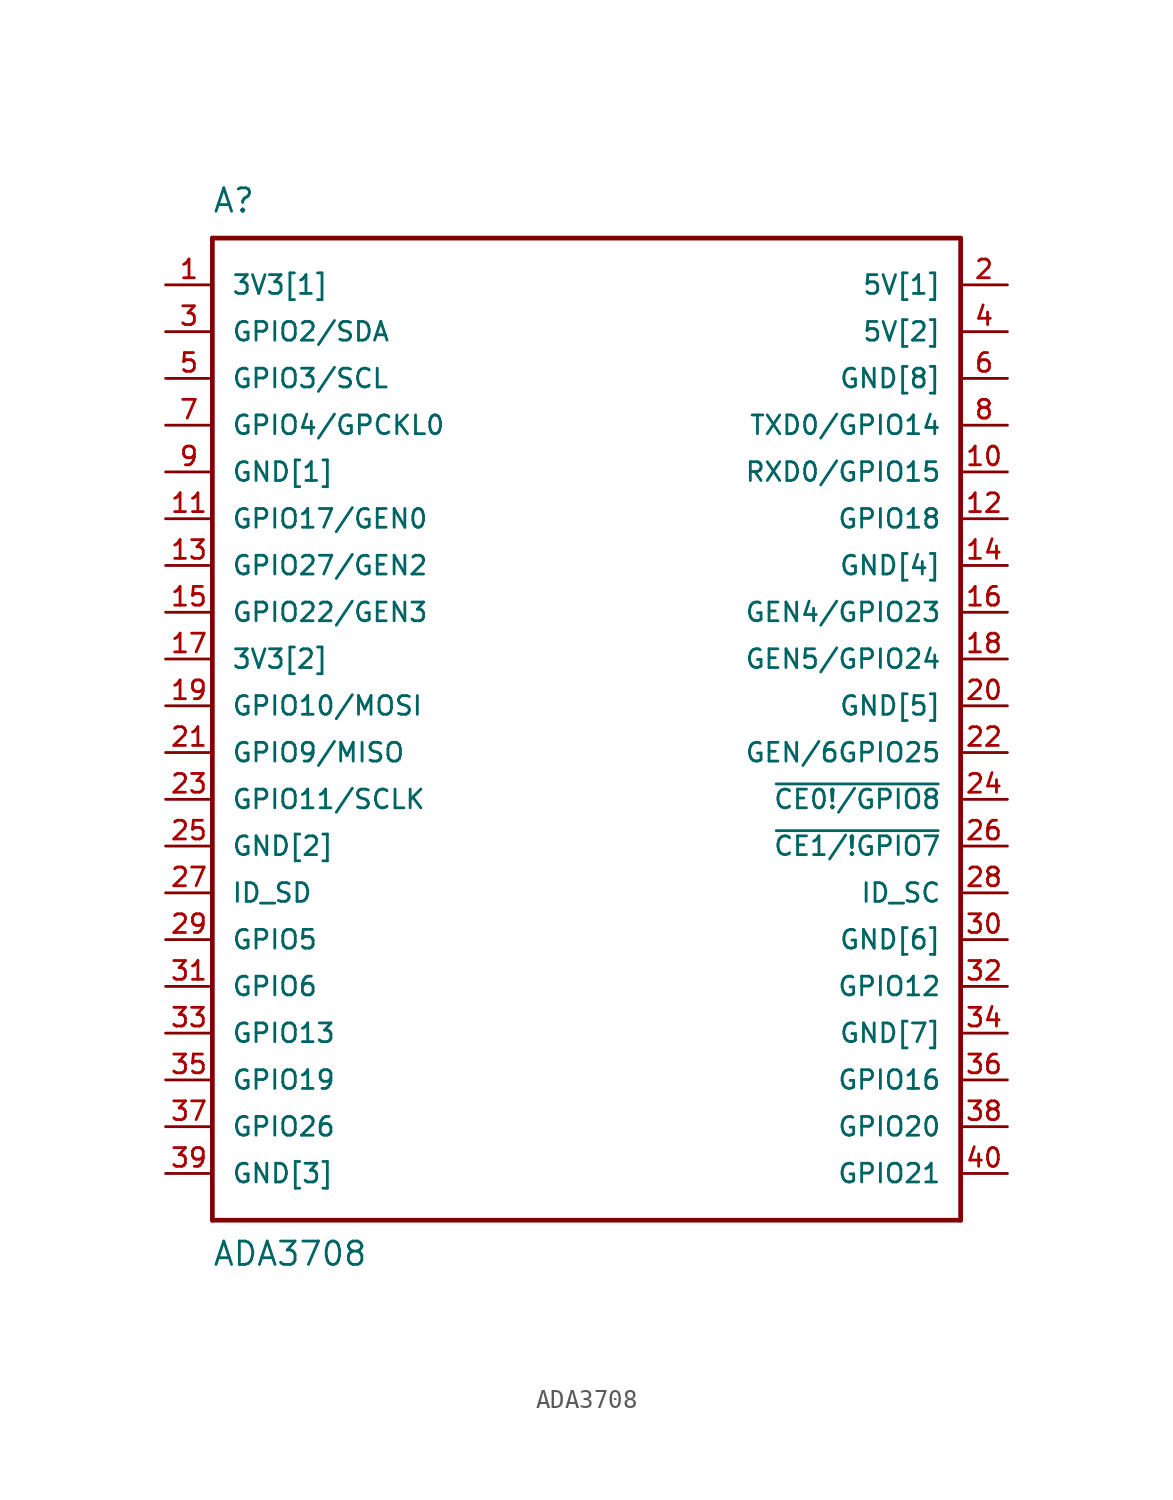
<source format=kicad_sym>
(kicad_symbol_lib
  (version 20241209)
  (generator "kicad_symbol_editor")
  (generator_version "9.0")
  (symbol "ADA3708"
    (pin_names
      (offset 1.016))
    (property "Reference" "A"
      (at -20.345 26.695 0)
      (effects (font (size 1.27 1.27)) (justify left bottom)))
    (property "Value" "ADA3708"
      (at -20.345 -30.505 0)
      (effects (font (size 1.27 1.27)) (justify left bottom)))
    (symbol "ADA3708_0_0"
      (polyline (pts (xy -20.32 25.4) (xy 20.32 25.4)) (stroke (width 0.254) (type solid)) (fill (type none)))
      (polyline (pts (xy -20.32 -27.94) (xy -20.32 25.4)) (stroke (width 0.254) (type solid)) (fill (type none)))
      (polyline (pts (xy 20.32 25.4) (xy 20.32 -27.94)) (stroke (width 0.254) (type solid)) (fill (type none)))
      (polyline (pts (xy 20.32 -27.94) (xy -20.32 -27.94)) (stroke (width 0.254) (type solid)) (fill (type none)))
      (pin power_in line (at -22.86 22.86 0) (length 2.54) (name "3V3[1]" (effects (font (size 1.016 1.016)))) (number "1" (effects (font (size 1.016 1.016)))))
      (pin bidirectional line (at -22.86 20.32 0) (length 2.54) (name "GPIO2/SDA" (effects (font (size 1.016 1.016)))) (number "3" (effects (font (size 1.016 1.016)))))
      (pin bidirectional line (at -22.86 17.78 0) (length 2.54) (name "GPIO3/SCL" (effects (font (size 1.016 1.016)))) (number "5" (effects (font (size 1.016 1.016)))))
      (pin bidirectional line (at -22.86 15.24 0) (length 2.54) (name "GPIO4/GPCKL0" (effects (font (size 1.016 1.016)))) (number "7" (effects (font (size 1.016 1.016)))))
      (pin power_in line (at -22.86 12.7 0) (length 2.54) (name "GND[1]" (effects (font (size 1.016 1.016)))) (number "9" (effects (font (size 1.016 1.016)))))
      (pin bidirectional line (at -22.86 10.16 0) (length 2.54) (name "GPIO17/GEN0" (effects (font (size 1.016 1.016)))) (number "11" (effects (font (size 1.016 1.016)))))
      (pin bidirectional line (at -22.86 7.62 0) (length 2.54) (name "GPIO27/GEN2" (effects (font (size 1.016 1.016)))) (number "13" (effects (font (size 1.016 1.016)))))
      (pin bidirectional line (at -22.86 5.08 0) (length 2.54) (name "GPIO22/GEN3" (effects (font (size 1.016 1.016)))) (number "15" (effects (font (size 1.016 1.016)))))
      (pin power_in line (at -22.86 2.54 0) (length 2.54) (name "3V3[2]" (effects (font (size 1.016 1.016)))) (number "17" (effects (font (size 1.016 1.016)))))
      (pin bidirectional line (at -22.86 0 0) (length 2.54) (name "GPIO10/MOSI" (effects (font (size 1.016 1.016)))) (number "19" (effects (font (size 1.016 1.016)))))
      (pin bidirectional line (at -22.86 -2.54 0) (length 2.54) (name "GPIO9/MISO" (effects (font (size 1.016 1.016)))) (number "21" (effects (font (size 1.016 1.016)))))
      (pin bidirectional line (at -22.86 -5.08 0) (length 2.54) (name "GPIO11/SCLK" (effects (font (size 1.016 1.016)))) (number "23" (effects (font (size 1.016 1.016)))))
      (pin power_in line (at -22.86 -7.62 0) (length 2.54) (name "GND[2]" (effects (font (size 1.016 1.016)))) (number "25" (effects (font (size 1.016 1.016)))))
      (pin bidirectional line (at -22.86 -10.16 0) (length 2.54) (name "ID_SD" (effects (font (size 1.016 1.016)))) (number "27" (effects (font (size 1.016 1.016)))))
      (pin bidirectional line (at -22.86 -12.7 0) (length 2.54) (name "GPIO5" (effects (font (size 1.016 1.016)))) (number "29" (effects (font (size 1.016 1.016)))))
      (pin bidirectional line (at -22.86 -15.24 0) (length 2.54) (name "GPIO6" (effects (font (size 1.016 1.016)))) (number "31" (effects (font (size 1.016 1.016)))))
      (pin bidirectional line (at -22.86 -17.78 0) (length 2.54) (name "GPIO13" (effects (font (size 1.016 1.016)))) (number "33" (effects (font (size 1.016 1.016)))))
      (pin bidirectional line (at -22.86 -20.32 0) (length 2.54) (name "GPIO19" (effects (font (size 1.016 1.016)))) (number "35" (effects (font (size 1.016 1.016)))))
      (pin bidirectional line (at -22.86 -22.86 0) (length 2.54) (name "GPIO26" (effects (font (size 1.016 1.016)))) (number "37" (effects (font (size 1.016 1.016)))))
      (pin power_in line (at -22.86 -25.4 0) (length 2.54) (name "GND[3]" (effects (font (size 1.016 1.016)))) (number "39" (effects (font (size 1.016 1.016)))))
      (pin power_in line (at 22.86 22.86 180) (length 2.54) (name "5V[1]" (effects (font (size 1.016 1.016)))) (number "2" (effects (font (size 1.016 1.016)))))
      (pin power_in line (at 22.86 20.32 180) (length 2.54) (name "5V[2]" (effects (font (size 1.016 1.016)))) (number "4" (effects (font (size 1.016 1.016)))))
      (pin power_in line (at 22.86 17.78 180) (length 2.54) (name "GND[8]" (effects (font (size 1.016 1.016)))) (number "6" (effects (font (size 1.016 1.016)))))
      (pin bidirectional line (at 22.86 15.24 180) (length 2.54) (name "TXD0/GPIO14" (effects (font (size 1.016 1.016)))) (number "8" (effects (font (size 1.016 1.016)))))
      (pin bidirectional line (at 22.86 12.7 180) (length 2.54) (name "RXD0/GPIO15" (effects (font (size 1.016 1.016)))) (number "10" (effects (font (size 1.016 1.016)))))
      (pin bidirectional line (at 22.86 10.16 180) (length 2.54) (name "GPIO18" (effects (font (size 1.016 1.016)))) (number "12" (effects (font (size 1.016 1.016)))))
      (pin power_in line (at 22.86 7.62 180) (length 2.54) (name "GND[4]" (effects (font (size 1.016 1.016)))) (number "14" (effects (font (size 1.016 1.016)))))
      (pin bidirectional line (at 22.86 5.08 180) (length 2.54) (name "GEN4/GPIO23" (effects (font (size 1.016 1.016)))) (number "16" (effects (font (size 1.016 1.016)))))
      (pin bidirectional line (at 22.86 2.54 180) (length 2.54) (name "GEN5/GPIO24" (effects (font (size 1.016 1.016)))) (number "18" (effects (font (size 1.016 1.016)))))
      (pin power_in line (at 22.86 0 180) (length 2.54) (name "GND[5]" (effects (font (size 1.016 1.016)))) (number "20" (effects (font (size 1.016 1.016)))))
      (pin bidirectional line (at 22.86 -2.54 180) (length 2.54) (name "GEN/6GPIO25" (effects (font (size 1.016 1.016)))) (number "22" (effects (font (size 1.016 1.016)))))
      (pin bidirectional line (at 22.86 -5.08 180) (length 2.54) (name "~{CE0!/GPIO8}" (effects (font (size 1.016 1.016)))) (number "24" (effects (font (size 1.016 1.016)))))
      (pin bidirectional line (at 22.86 -7.62 180) (length 2.54) (name "~{CE1/!GPIO7}" (effects (font (size 1.016 1.016)))) (number "26" (effects (font (size 1.016 1.016)))))
      (pin bidirectional line (at 22.86 -10.16 180) (length 2.54) (name "ID_SC" (effects (font (size 1.016 1.016)))) (number "28" (effects (font (size 1.016 1.016)))))
      (pin power_in line (at 22.86 -12.7 180) (length 2.54) (name "GND[6]" (effects (font (size 1.016 1.016)))) (number "30" (effects (font (size 1.016 1.016)))))
      (pin bidirectional line (at 22.86 -15.24 180) (length 2.54) (name "GPIO12" (effects (font (size 1.016 1.016)))) (number "32" (effects (font (size 1.016 1.016)))))
      (pin power_in line (at 22.86 -17.78 180) (length 2.54) (name "GND[7]" (effects (font (size 1.016 1.016)))) (number "34" (effects (font (size 1.016 1.016)))))
      (pin bidirectional line (at 22.86 -20.32 180) (length 2.54) (name "GPIO16" (effects (font (size 1.016 1.016)))) (number "36" (effects (font (size 1.016 1.016)))))
      (pin bidirectional line (at 22.86 -22.86 180) (length 2.54) (name "GPIO20" (effects (font (size 1.016 1.016)))) (number "38" (effects (font (size 1.016 1.016)))))
      (pin bidirectional line (at 22.86 -25.4 180) (length 2.54) (name "GPIO21" (effects (font (size 1.016 1.016)))) (number "40" (effects (font (size 1.016 1.016))))))))
</source>
